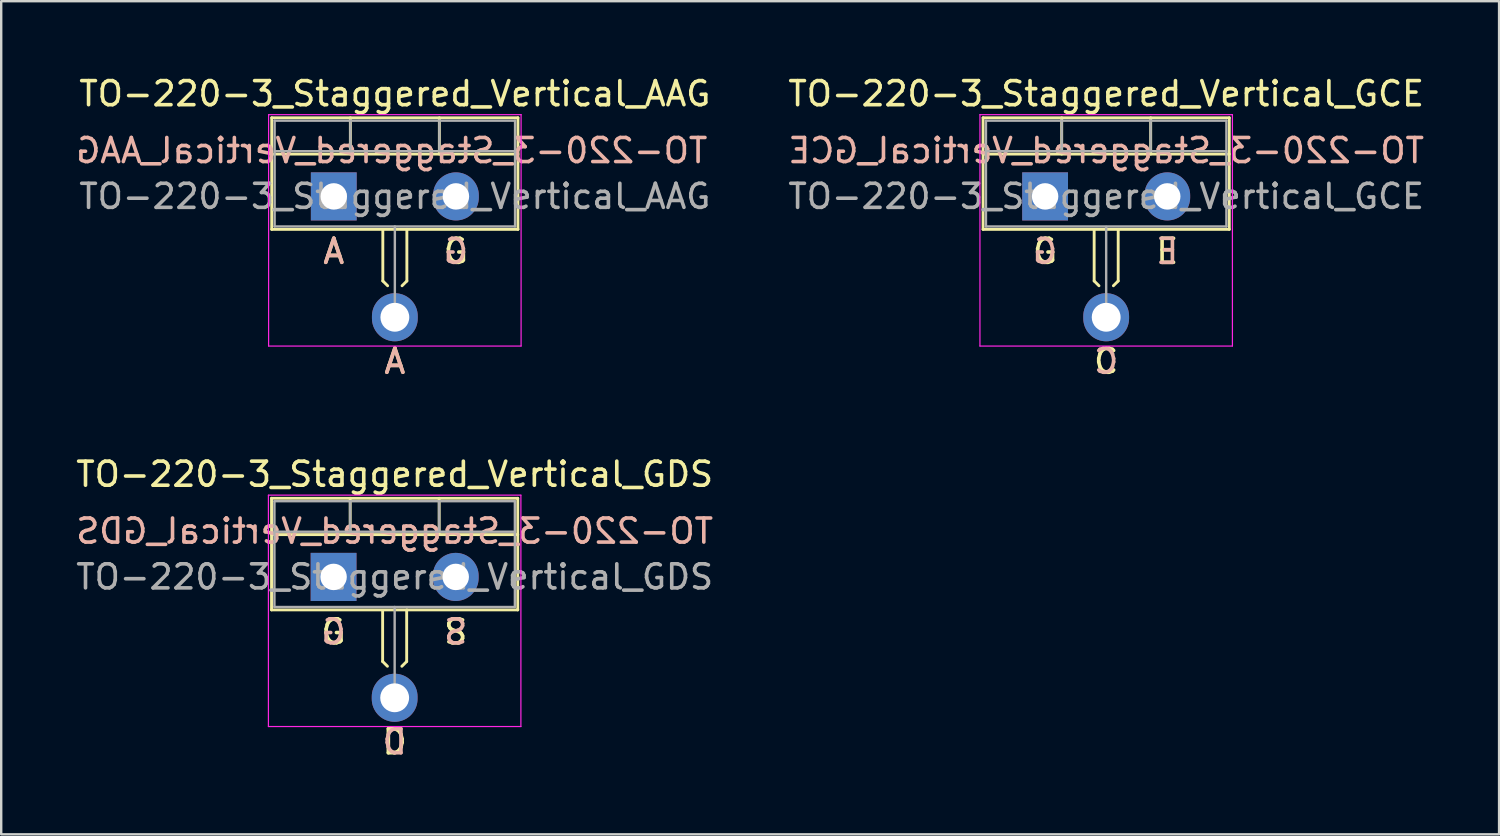
<source format=kicad_pcb>
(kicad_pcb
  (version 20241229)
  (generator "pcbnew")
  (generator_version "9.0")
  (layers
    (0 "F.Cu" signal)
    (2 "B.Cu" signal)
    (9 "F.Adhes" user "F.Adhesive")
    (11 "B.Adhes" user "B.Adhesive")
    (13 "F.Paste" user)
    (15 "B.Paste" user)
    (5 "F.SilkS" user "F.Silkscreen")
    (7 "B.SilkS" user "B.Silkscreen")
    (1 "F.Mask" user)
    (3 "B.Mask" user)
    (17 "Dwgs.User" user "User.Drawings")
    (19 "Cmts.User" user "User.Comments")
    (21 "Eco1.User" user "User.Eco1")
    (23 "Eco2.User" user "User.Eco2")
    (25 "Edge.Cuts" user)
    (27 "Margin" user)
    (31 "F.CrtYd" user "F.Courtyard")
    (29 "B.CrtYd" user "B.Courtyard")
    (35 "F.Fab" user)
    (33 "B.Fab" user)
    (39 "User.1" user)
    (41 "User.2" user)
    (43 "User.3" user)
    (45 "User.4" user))
  (footprint "TO-220-3_Staggered_Vertical_AAG"
    (layer "F.Cu")
    (at 10.831 5.118)
    (property "Reference" "TO-220-3_Staggered_Vertical_AAG" (at 2.54 -4.27 0) (layer "F.SilkS") (effects (font (size 1 1) (thickness 0.15))))
    (fp_line (start -2.58 -3.27) (end -2.58 1.371) (stroke (width 0.12) (type solid)) (layer "F.SilkS"))
    (fp_line (start -2.58 -3.27) (end 7.66 -3.27) (stroke (width 0.12) (type solid)) (layer "F.SilkS"))
    (fp_line (start -2.58 -1.76) (end 7.66 -1.76) (stroke (width 0.12) (type solid)) (layer "F.SilkS"))
    (fp_line (start -2.58 1.371) (end 3.048 1.371) (stroke (width 0.12) (type solid)) (layer "F.SilkS"))
    (fp_line (start 0.69 -3.27) (end 0.69 -1.76) (stroke (width 0.12) (type solid)) (layer "F.SilkS"))
    (fp_line (start 2.04 1.417) (end 2.04 3.517) (stroke (width 0.12) (type solid)) (layer "F.SilkS"))
    (fp_line (start 2.04 3.517) (end 2.24 3.716) (stroke (width 0.12) (type solid)) (layer "F.SilkS"))
    (fp_line (start 3.04 1.417) (end 3.04 3.517) (stroke (width 0.12) (type solid)) (layer "F.SilkS"))
    (fp_line (start 3.04 3.517) (end 2.84 3.716) (stroke (width 0.12) (type solid)) (layer "F.SilkS"))
    (fp_line (start 4.391 -3.27) (end 4.391 -1.76) (stroke (width 0.12) (type solid)) (layer "F.SilkS"))
    (fp_line (start 7.66 -3.27) (end 7.66 1.371) (stroke (width 0.12) (type solid)) (layer "F.SilkS"))
    (fp_line (start 7.66 1.371) (end 3.048 1.371) (stroke (width 0.12) (type solid)) (layer "F.SilkS"))
    (fp_line (start -2.71 -3.4) (end -2.71 6.223) (stroke (width 0.05) (type solid)) (layer "F.CrtYd"))
    (fp_line (start -2.71 6.223) (end 7.79 6.223) (stroke (width 0.05) (type solid)) (layer "F.CrtYd"))
    (fp_line (start 7.79 -3.4) (end -2.71 -3.4) (stroke (width 0.05) (type solid)) (layer "F.CrtYd"))
    (fp_line (start 7.79 6.223) (end 7.79 -3.4) (stroke (width 0.05) (type solid)) (layer "F.CrtYd"))
    (fp_line (start -2.46 -3.15) (end -2.46 1.25) (stroke (width 0.1) (type solid)) (layer "F.Fab"))
    (fp_line (start -2.46 -1.88) (end 7.54 -1.88) (stroke (width 0.1) (type solid)) (layer "F.Fab"))
    (fp_line (start -2.46 1.25) (end 7.54 1.25) (stroke (width 0.1) (type solid)) (layer "F.Fab"))
    (fp_line (start 0.69 -3.15) (end 0.69 -1.88) (stroke (width 0.1) (type solid)) (layer "F.Fab"))
    (fp_line (start 2.54 5.08) (end 2.54 1.25) (stroke (width 0.1) (type solid)) (layer "F.Fab"))
    (fp_line (start 4.39 -3.15) (end 4.39 -1.88) (stroke (width 0.1) (type solid)) (layer "F.Fab"))
    (fp_line (start 7.54 -3.15) (end -2.46 -3.15) (stroke (width 0.1) (type solid)) (layer "F.Fab"))
    (fp_line (start 7.54 1.25) (end 7.54 -3.15) (stroke (width 0.1) (type solid)) (layer "F.Fab"))
    (fp_text user "G" (at 5.08 2.286 0) (unlocked yes) (layer "F.SilkS") (effects (font (size 1 1) (thickness 0.15))))
    (fp_text user "A" (at 2.54 6.858 0) (unlocked yes) (layer "F.SilkS") (effects (font (size 1 1) (thickness 0.15))))
    (fp_text user "A" (at 0 2.286 0) (unlocked yes) (layer "F.SilkS") (effects (font (size 1 1) (thickness 0.15))))
    (fp_text user "A" (at 2.54 6.858 0) (unlocked yes) (layer "B.SilkS") (effects (font (size 1 1) (thickness 0.15)) (justify mirror)))
    (fp_text user "${REFERENCE}" (at 2.413 -1.905 0) (layer "B.SilkS") (effects (font (size 1 1) (thickness 0.15)) (justify mirror)))
    (fp_text user "A" (at 0 2.286 0) (unlocked yes) (layer "B.SilkS") (effects (font (size 1 1) (thickness 0.15)) (justify mirror)))
    (fp_text user "G" (at 5.08 2.286 0) (unlocked yes) (layer "B.SilkS") (effects (font (size 1 1) (thickness 0.15)) (justify mirror)))
    (fp_text user "${REFERENCE}" (at 2.54 0 0) (layer "F.Fab") (effects (font (size 1 1) (thickness 0.15))))
    (pad "1" thru_hole rect (at 0 0) (size 1.905 2) (drill 1.1) (layers "*.Cu" "*.Mask"))
    (pad "2" thru_hole oval (at 2.54 5.026) (size 1.905 2) (drill 1.2) (layers "*.Cu" "*.Mask"))
    (pad "3" thru_hole oval (at 5.08 0) (size 1.905 2) (drill 1.1) (layers "*.Cu" "*.Mask")))
  (footprint "TO-220-3_Staggered_Vertical_GCE"
    (layer "F.Cu")
    (at 40.414 5.118)
    (property "Reference" "TO-220-3_Staggered_Vertical_GCE" (at 2.54 -4.27 0) (layer "F.SilkS") (effects (font (size 1 1) (thickness 0.15))))
    (fp_line (start -2.58 -3.27) (end -2.58 1.371) (stroke (width 0.12) (type solid)) (layer "F.SilkS"))
    (fp_line (start -2.58 -3.27) (end 7.66 -3.27) (stroke (width 0.12) (type solid)) (layer "F.SilkS"))
    (fp_line (start -2.58 -1.76) (end 7.66 -1.76) (stroke (width 0.12) (type solid)) (layer "F.SilkS"))
    (fp_line (start -2.58 1.371) (end 3.048 1.371) (stroke (width 0.12) (type solid)) (layer "F.SilkS"))
    (fp_line (start 0.69 -3.27) (end 0.69 -1.76) (stroke (width 0.12) (type solid)) (layer "F.SilkS"))
    (fp_line (start 2.04 1.417) (end 2.04 3.517) (stroke (width 0.12) (type solid)) (layer "F.SilkS"))
    (fp_line (start 2.04 3.517) (end 2.24 3.716) (stroke (width 0.12) (type solid)) (layer "F.SilkS"))
    (fp_line (start 3.04 1.417) (end 3.04 3.517) (stroke (width 0.12) (type solid)) (layer "F.SilkS"))
    (fp_line (start 3.04 3.517) (end 2.84 3.716) (stroke (width 0.12) (type solid)) (layer "F.SilkS"))
    (fp_line (start 4.391 -3.27) (end 4.391 -1.76) (stroke (width 0.12) (type solid)) (layer "F.SilkS"))
    (fp_line (start 7.66 -3.27) (end 7.66 1.371) (stroke (width 0.12) (type solid)) (layer "F.SilkS"))
    (fp_line (start 7.66 1.371) (end 3.048 1.371) (stroke (width 0.12) (type solid)) (layer "F.SilkS"))
    (fp_line (start -2.71 -3.4) (end -2.71 6.223) (stroke (width 0.05) (type solid)) (layer "F.CrtYd"))
    (fp_line (start -2.71 6.223) (end 7.79 6.223) (stroke (width 0.05) (type solid)) (layer "F.CrtYd"))
    (fp_line (start 7.79 -3.4) (end -2.71 -3.4) (stroke (width 0.05) (type solid)) (layer "F.CrtYd"))
    (fp_line (start 7.79 6.223) (end 7.79 -3.4) (stroke (width 0.05) (type solid)) (layer "F.CrtYd"))
    (fp_line (start -2.46 -3.15) (end -2.46 1.25) (stroke (width 0.1) (type solid)) (layer "F.Fab"))
    (fp_line (start -2.46 -1.88) (end 7.54 -1.88) (stroke (width 0.1) (type solid)) (layer "F.Fab"))
    (fp_line (start -2.46 1.25) (end 7.54 1.25) (stroke (width 0.1) (type solid)) (layer "F.Fab"))
    (fp_line (start 0.69 -3.15) (end 0.69 -1.88) (stroke (width 0.1) (type solid)) (layer "F.Fab"))
    (fp_line (start 2.54 5.08) (end 2.54 1.27) (stroke (width 0.1) (type solid)) (layer "F.Fab"))
    (fp_line (start 4.39 -3.15) (end 4.39 -1.88) (stroke (width 0.1) (type solid)) (layer "F.Fab"))
    (fp_line (start 7.54 -3.15) (end -2.46 -3.15) (stroke (width 0.1) (type solid)) (layer "F.Fab"))
    (fp_line (start 7.54 1.25) (end 7.54 -3.15) (stroke (width 0.1) (type solid)) (layer "F.Fab"))
    (fp_text user "C" (at 2.54 6.858 0) (unlocked yes) (layer "F.SilkS") (effects (font (size 1 1) (thickness 0.15))))
    (fp_text user "E" (at 5.08 2.286 0) (unlocked yes) (layer "F.SilkS") (effects (font (size 1 1) (thickness 0.15))))
    (fp_text user "G" (at 0 2.286 0) (unlocked yes) (layer "F.SilkS") (effects (font (size 1 1) (thickness 0.15))))
    (fp_text user "C" (at 2.54 6.858 0) (unlocked yes) (layer "B.SilkS") (effects (font (size 1 1) (thickness 0.15)) (justify mirror)))
    (fp_text user "${REFERENCE}" (at 2.54 -1.905 0) (layer "B.SilkS") (effects (font (size 1 1) (thickness 0.15)) (justify mirror)))
    (fp_text user "E" (at 5.08 2.286 0) (unlocked yes) (layer "B.SilkS") (effects (font (size 1 1) (thickness 0.15)) (justify mirror)))
    (fp_text user "G" (at 0 2.286 0) (unlocked yes) (layer "B.SilkS") (effects (font (size 1 1) (thickness 0.15)) (justify mirror)))
    (fp_text user "${REFERENCE}" (at 2.54 0 0) (layer "F.Fab") (effects (font (size 1 1) (thickness 0.15))))
    (pad "1" thru_hole rect (at 0 0) (size 1.905 2) (drill 1.1) (layers "*.Cu" "*.Mask"))
    (pad "2" thru_hole oval (at 2.54 5.026) (size 1.905 2) (drill 1.2) (layers "*.Cu" "*.Mask"))
    (pad "3" thru_hole oval (at 5.08 0) (size 1.905 2) (drill 1.1) (layers "*.Cu" "*.Mask")))
  (footprint "TO-220-3_Staggered_Vertical_GDS"
    (layer "F.Cu")
    (at 10.823 20.943)
    (property "Reference" "TO-220-3_Staggered_Vertical_GDS" (at 2.54 -4.27 0) (layer "F.SilkS") (effects (font (size 1 1) (thickness 0.15))))
    (fp_line (start -2.58 -3.27) (end -2.58 1.371) (stroke (width 0.12) (type solid)) (layer "F.SilkS"))
    (fp_line (start -2.58 -3.27) (end 7.66 -3.27) (stroke (width 0.12) (type solid)) (layer "F.SilkS"))
    (fp_line (start -2.58 -1.76) (end 7.66 -1.76) (stroke (width 0.12) (type solid)) (layer "F.SilkS"))
    (fp_line (start -2.58 1.371) (end 3.048 1.371) (stroke (width 0.12) (type solid)) (layer "F.SilkS"))
    (fp_line (start 0.69 -3.27) (end 0.69 -1.76) (stroke (width 0.12) (type solid)) (layer "F.SilkS"))
    (fp_line (start 2.04 1.417) (end 2.04 3.517) (stroke (width 0.12) (type solid)) (layer "F.SilkS"))
    (fp_line (start 2.04 3.517) (end 2.24 3.716) (stroke (width 0.12) (type solid)) (layer "F.SilkS"))
    (fp_line (start 3.04 1.417) (end 3.04 3.517) (stroke (width 0.12) (type solid)) (layer "F.SilkS"))
    (fp_line (start 3.04 3.517) (end 2.84 3.716) (stroke (width 0.12) (type solid)) (layer "F.SilkS"))
    (fp_line (start 4.391 -3.27) (end 4.391 -1.76) (stroke (width 0.12) (type solid)) (layer "F.SilkS"))
    (fp_line (start 7.66 -3.27) (end 7.66 1.371) (stroke (width 0.12) (type solid)) (layer "F.SilkS"))
    (fp_line (start 7.66 1.371) (end 3.048 1.371) (stroke (width 0.12) (type solid)) (layer "F.SilkS"))
    (fp_line (start -2.71 -3.4) (end -2.71 6.223) (stroke (width 0.05) (type solid)) (layer "F.CrtYd"))
    (fp_line (start -2.71 6.223) (end 7.79 6.223) (stroke (width 0.05) (type solid)) (layer "F.CrtYd"))
    (fp_line (start 7.79 -3.4) (end -2.71 -3.4) (stroke (width 0.05) (type solid)) (layer "F.CrtYd"))
    (fp_line (start 7.79 6.223) (end 7.79 -3.4) (stroke (width 0.05) (type solid)) (layer "F.CrtYd"))
    (fp_line (start -2.46 -3.15) (end -2.46 1.25) (stroke (width 0.1) (type solid)) (layer "F.Fab"))
    (fp_line (start -2.46 -1.88) (end 7.54 -1.88) (stroke (width 0.1) (type solid)) (layer "F.Fab"))
    (fp_line (start -2.46 1.25) (end 7.54 1.25) (stroke (width 0.1) (type solid)) (layer "F.Fab"))
    (fp_line (start 0.69 -3.15) (end 0.69 -1.88) (stroke (width 0.1) (type solid)) (layer "F.Fab"))
    (fp_line (start 2.54 5.08) (end 2.54 1.25) (stroke (width 0.1) (type solid)) (layer "F.Fab"))
    (fp_line (start 4.39 -3.15) (end 4.39 -1.88) (stroke (width 0.1) (type solid)) (layer "F.Fab"))
    (fp_line (start 7.54 -3.15) (end -2.46 -3.15) (stroke (width 0.1) (type solid)) (layer "F.Fab"))
    (fp_line (start 7.54 1.25) (end 7.54 -3.15) (stroke (width 0.1) (type solid)) (layer "F.Fab"))
    (fp_text user "G" (at 0 2.286 0) (unlocked yes) (layer "F.SilkS") (effects (font (size 1 1) (thickness 0.15))))
    (fp_text user "D" (at 2.54 6.858 0) (unlocked yes) (layer "F.SilkS") (effects (font (size 1 1) (thickness 0.15))))
    (fp_text user "S" (at 5.08 2.286 0) (unlocked yes) (layer "F.SilkS") (effects (font (size 1 1) (thickness 0.15))))
    (fp_text user "G" (at 0 2.286 0) (unlocked yes) (layer "B.SilkS") (effects (font (size 1 1) (thickness 0.15)) (justify mirror)))
    (fp_text user "${REFERENCE}" (at 2.54 -1.905 0) (layer "B.SilkS") (effects (font (size 1 1) (thickness 0.15)) (justify mirror)))
    (fp_text user "D" (at 2.54 6.858 0) (unlocked yes) (layer "B.SilkS") (effects (font (size 1 1) (thickness 0.15)) (justify mirror)))
    (fp_text user "S" (at 5.08 2.286 0) (unlocked yes) (layer "B.SilkS") (effects (font (size 1 1) (thickness 0.15)) (justify mirror)))
    (fp_text user "${REFERENCE}" (at 2.54 0 0) (layer "F.Fab") (effects (font (size 1 1) (thickness 0.15))))
    (pad "1" thru_hole rect (at 0 0) (size 1.905 2) (drill 1.1) (layers "*.Cu" "*.Mask"))
    (pad "2" thru_hole oval (at 2.54 5.026) (size 1.905 2) (drill 1.2) (layers "*.Cu" "*.Mask"))
    (pad "3" thru_hole oval (at 5.08 0) (size 1.905 2) (drill 1.1) (layers "*.Cu" "*.Mask")))
  (gr_rect
    (start -3 -3)
    (end 59.294 31.649)
    (stroke (width 0.1) (type default))
    (fill no)
    (layer "Edge.Cuts")))
</source>
